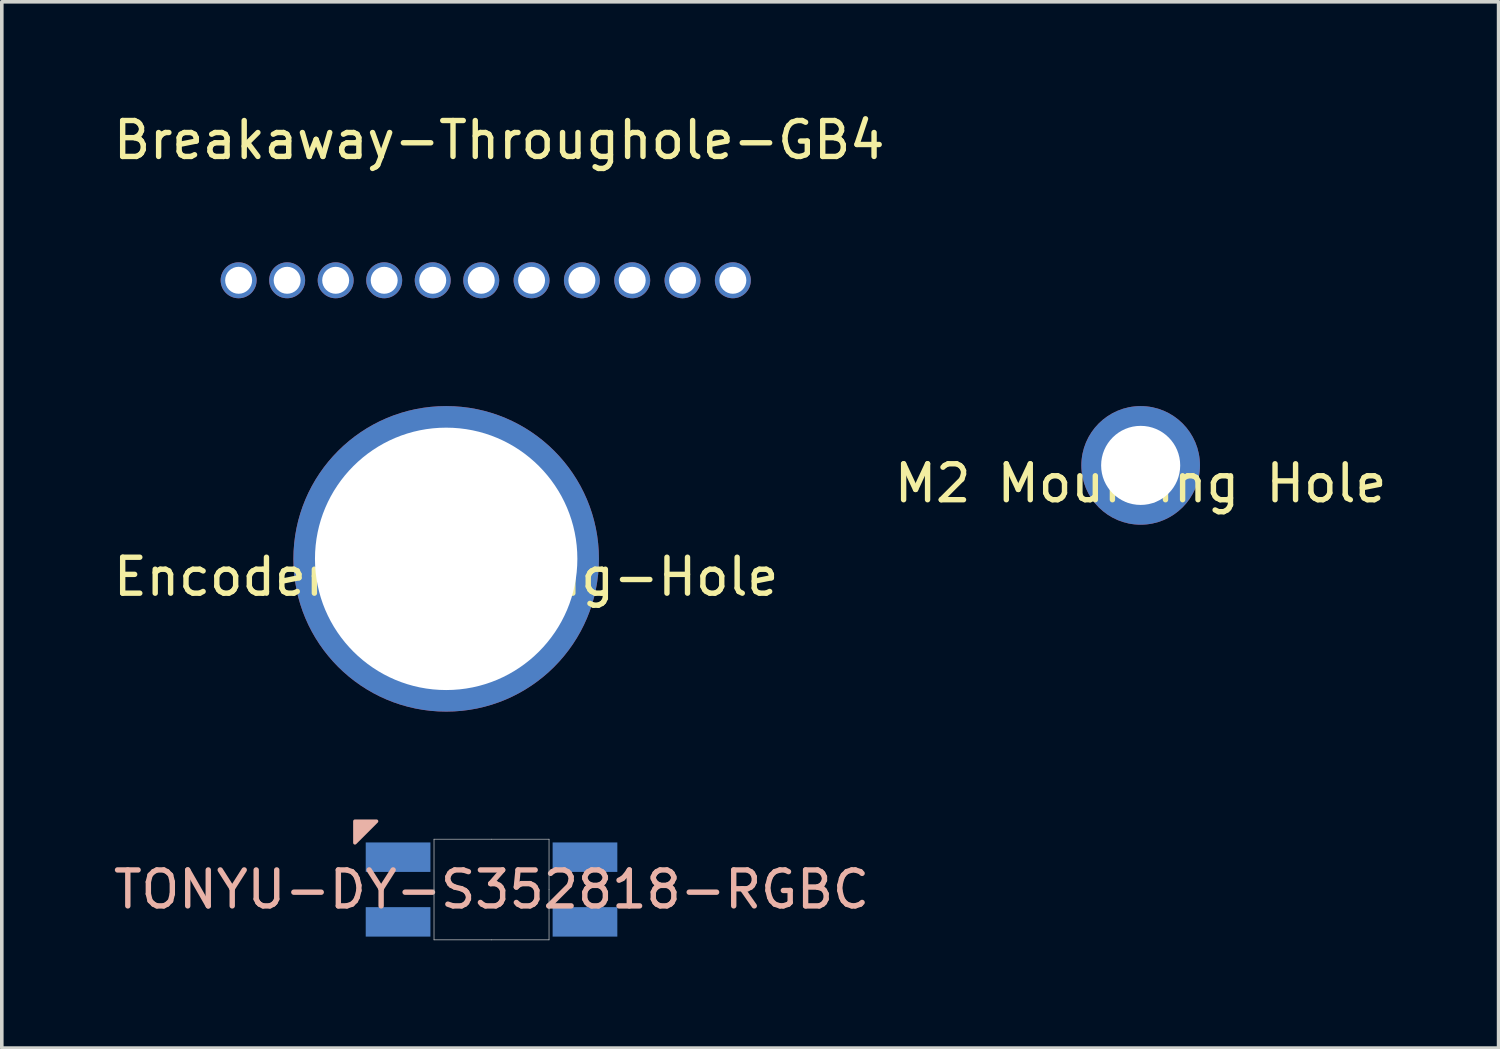
<source format=kicad_pcb>
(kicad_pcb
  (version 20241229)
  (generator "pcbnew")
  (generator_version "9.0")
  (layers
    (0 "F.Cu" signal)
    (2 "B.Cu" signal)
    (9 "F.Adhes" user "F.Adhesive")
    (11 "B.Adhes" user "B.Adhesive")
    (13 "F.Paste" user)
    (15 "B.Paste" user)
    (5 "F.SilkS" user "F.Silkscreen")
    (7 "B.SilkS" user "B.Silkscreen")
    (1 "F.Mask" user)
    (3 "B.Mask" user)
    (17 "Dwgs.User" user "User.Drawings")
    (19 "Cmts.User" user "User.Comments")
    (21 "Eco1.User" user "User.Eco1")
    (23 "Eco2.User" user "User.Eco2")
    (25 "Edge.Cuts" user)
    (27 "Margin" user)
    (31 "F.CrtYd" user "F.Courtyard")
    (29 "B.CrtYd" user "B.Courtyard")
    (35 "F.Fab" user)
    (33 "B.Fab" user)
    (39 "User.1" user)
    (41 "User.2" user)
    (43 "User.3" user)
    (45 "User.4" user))
  (footprint "M2 Mounting Hole"
    (layer "F.Cu")
    (at 28.685 9.898)
    (property "Reference" "M2 Mounting Hole" (at 0 0.5 0) (layer "F.SilkS") (effects (font (size 1 1) (thickness 0.15))))
    (attr through_hole)
    (pad "1" thru_hole circle (at 0 0) (size 3.3 3.3) (drill 2.2) (layers "*.Cu" "*.Mask")))
  (footprint "Breakaway-Throughole-GB4"
    (layer "F.Cu")
    (at 10.239 4.748)
    (property "Reference" "Breakaway-Throughole-GB4" (at 0.6 -3.9 0) (layer "F.SilkS") (effects (font (size 1 1) (thickness 0.15))))
    (attr through_hole)
    (pad "1" thru_hole circle (at -6.65 0) (size 1 1) (drill 0.75) (layers "*.Cu" "*.Mask"))
    (pad "2" thru_hole circle (at -5.3 0) (size 1 1) (drill 0.75) (layers "*.Cu" "*.Mask"))
    (pad "3" thru_hole circle (at -3.95 0) (size 1 1) (drill 0.75) (layers "*.Cu" "*.Mask"))
    (pad "4" thru_hole circle (at -2.6 0) (size 1 1) (drill 0.75) (layers "*.Cu" "*.Mask"))
    (pad "5" thru_hole circle (at -1.25 0) (size 1 1) (drill 0.75) (layers "*.Cu" "*.Mask"))
    (pad "6" thru_hole circle (at 0.1 0) (size 1 1) (drill 0.75) (layers "*.Cu" "*.Mask"))
    (pad "7" thru_hole circle (at 1.5 0) (size 1 1) (drill 0.75) (layers "*.Cu" "*.Mask"))
    (pad "8" thru_hole circle (at 2.9 0) (size 1 1) (drill 0.75) (layers "*.Cu" "*.Mask"))
    (pad "9" thru_hole circle (at 4.3 0) (size 1 1) (drill 0.75) (layers "*.Cu" "*.Mask"))
    (pad "10" thru_hole circle (at 5.7 0) (size 1 1) (drill 0.75) (layers "*.Cu" "*.Mask"))
    (pad "11" thru_hole circle (at 7.1 0) (size 1 1) (drill 0.75) (layers "*.Cu" "*.Mask")))
  (footprint "Encoder-Mounting-Hole"
    (layer "F.Cu")
    (at 9.363 12.498)
    (property "Reference" "Encoder-Mounting-Hole" (at 0 0.5 0) (layer "F.SilkS") (effects (font (size 1 1) (thickness 0.15))))
    (attr through_hole)
    (pad "1" thru_hole circle (at 0 0) (size 8.5 8.5) (drill 7.3) (layers "*.Cu" "*.Mask")))
  (footprint "TONYU-DY-S352818-RGBC"
    (layer "F.Cu")
    (at 10.625 21.698)
    (property "Reference" "TONYU-DY-S352818-RGBC" (at 0 0 0) (layer "B.SilkS") (effects (font (size 1 1) (thickness 0.15))))
    (attr through_hole)
    (fp_poly (pts (xy -3.8 -1.3) (xy -3.8 -1.9) (xy -3.2 -1.9)) (stroke (width 0.1) (type solid)) (fill yes) (layer "B.SilkS"))
    (fp_line (start -1.6 0) (end -1.6 -1.4) (stroke (width 0.02) (type solid)) (layer "Dwgs.User"))
    (fp_line (start -1.6 0) (end -1.6 1.4) (stroke (width 0.02) (type solid)) (layer "Dwgs.User"))
    (fp_line (start 0 -1.4) (end -1.6 -1.4) (stroke (width 0.02) (type solid)) (layer "Dwgs.User"))
    (fp_line (start 0 -1.4) (end 1.6 -1.4) (stroke (width 0.02) (type solid)) (layer "Dwgs.User"))
    (fp_line (start 0 1.4) (end -1.6 1.4) (stroke (width 0.02) (type solid)) (layer "Dwgs.User"))
    (fp_line (start 0 1.4) (end 1.6 1.4) (stroke (width 0.02) (type solid)) (layer "Dwgs.User"))
    (fp_line (start 1.6 0) (end 1.6 -1.4) (stroke (width 0.02) (type solid)) (layer "Dwgs.User"))
    (fp_line (start 1.6 0) (end 1.6 1.4) (stroke (width 0.02) (type solid)) (layer "Dwgs.User"))
    (pad "1" smd rect (at 2.6 -0.9) (size 1.8 0.82) (layers "B.Cu" "B.Mask" "B.Paste"))
    (pad "2" smd rect (at -2.6 -0.9 180) (size 1.8 0.82) (layers "B.Cu" "B.Mask" "B.Paste"))
    (pad "3" smd rect (at 2.6 0.9) (size 1.8 0.82) (layers "B.Cu" "B.Mask" "B.Paste"))
    (pad "4" smd rect (at -2.6 0.9 180) (size 1.8 0.82) (layers "B.Cu" "B.Mask" "B.Paste")))
  (gr_rect
    (start -3 -3)
    (end 38.643 26.108)
    (stroke (width 0.1) (type default))
    (fill no)
    (layer "Edge.Cuts")))
</source>
